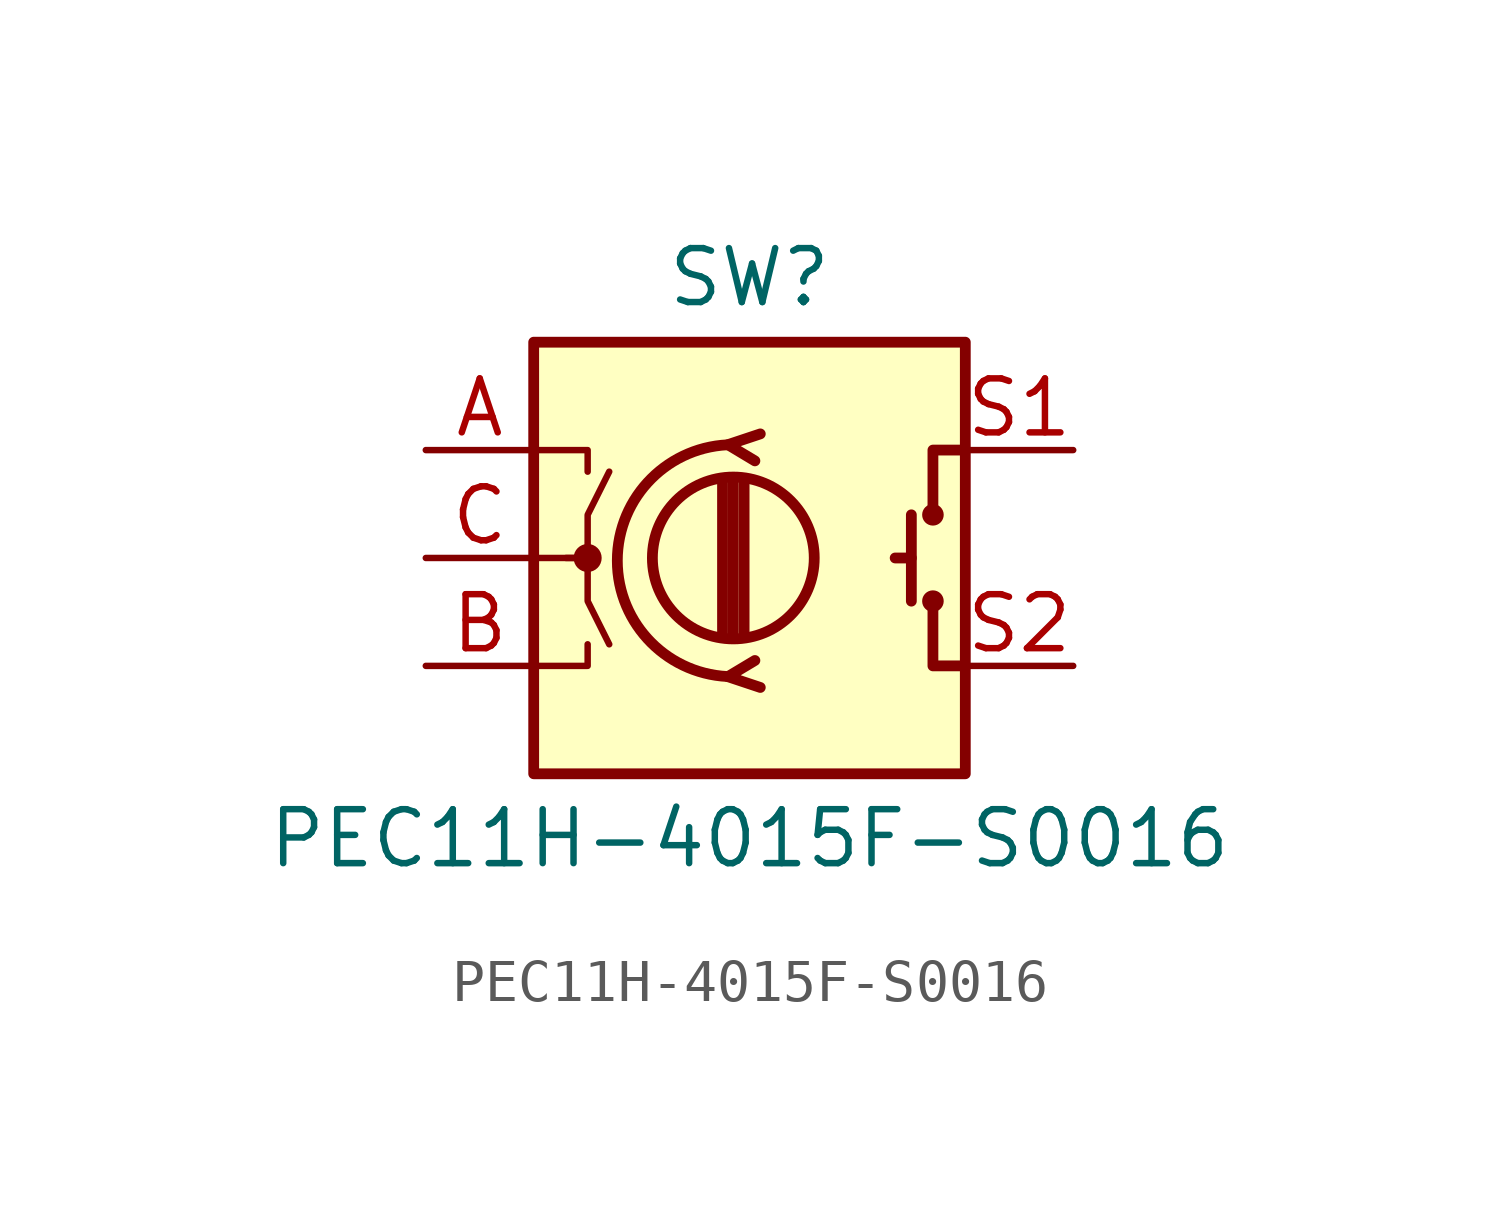
<source format=kicad_sym>
(kicad_symbol_lib
  (version 20220914)
  (generator kicad_symbol_editor)
  (symbol "PEC11H-4015F-S0016"
    (pin_names
      (offset 0.254) hide)
    (property "Reference" "SW"
      (at 0 6.604 0)
      (effects (font (size 1.27 1.27))))
    (property "Value" "PEC11H-4015F-S0016"
      (at 0 -6.604 0)
      (effects (font (size 1.27 1.27))))
    (symbol "PEC11H-4015F-S0016_0_1"
      (rectangle (start -5.08 5.08) (end 5.08 -5.08) (stroke (width 0.254) (type default)) (fill (type background)))
      (circle (center -3.81 0) (radius 0.254) (stroke (width 0) (type default)) (fill (type outline)))
      (circle (center -0.381 0) (radius 1.905) (stroke (width 0.254) (type default)) (fill (type none)))
      (arc (start -0.381 2.667) (mid -3.0988 -0.0635) (end -0.381 -2.794) (stroke (width 0.254) (type default)) (fill (type none)))
      (polyline (pts (xy -0.635 -1.778) (xy -0.635 1.778)) (stroke (width 0.254) (type default)) (fill (type none)))
      (polyline (pts (xy -0.381 -1.778) (xy -0.381 1.778)) (stroke (width 0.254) (type default)) (fill (type none)))
      (polyline (pts (xy -0.127 1.778) (xy -0.127 -1.778)) (stroke (width 0.254) (type default)) (fill (type none)))
      (polyline (pts (xy 3.81 0) (xy 3.429 0)) (stroke (width 0.254) (type default)) (fill (type none)))
      (polyline (pts (xy 3.81 1.016) (xy 3.81 -1.016)) (stroke (width 0.254) (type default)) (fill (type none)))
      (polyline (pts (xy -5.08 -2.54) (xy -3.81 -2.54) (xy -3.81 -2.032)) (stroke (width 0) (type default)) (fill (type none)))
      (polyline (pts (xy -5.08 2.54) (xy -3.81 2.54) (xy -3.81 2.032)) (stroke (width 0) (type default)) (fill (type none)))
      (polyline (pts (xy 0.254 -3.048) (xy -0.508 -2.794) (xy 0.127 -2.413)) (stroke (width 0.254) (type default)) (fill (type none)))
      (polyline (pts (xy 0.254 2.921) (xy -0.508 2.667) (xy 0.127 2.286)) (stroke (width 0.254) (type default)) (fill (type none)))
      (polyline (pts (xy 5.08 -2.54) (xy 4.318 -2.54) (xy 4.318 -1.016)) (stroke (width 0.254) (type default)) (fill (type none)))
      (polyline (pts (xy 5.08 2.54) (xy 4.318 2.54) (xy 4.318 1.016)) (stroke (width 0.254) (type default)) (fill (type none)))
      (polyline (pts (xy -5.08 0) (xy -3.81 0) (xy -3.81 -1.016) (xy -3.302 -2.032)) (stroke (width 0) (type default)) (fill (type none)))
      (polyline (pts (xy -4.318 0) (xy -3.81 0) (xy -3.81 1.016) (xy -3.302 2.032)) (stroke (width 0) (type default)) (fill (type none)))
      (circle (center 4.318 -1.016) (radius 0.127) (stroke (width 0.254) (type default)) (fill (type none)))
      (circle (center 4.318 1.016) (radius 0.127) (stroke (width 0.254) (type default)) (fill (type none))))
    (symbol "PEC11H-4015F-S0016_1_1"
      (pin passive line (at -7.62 2.54 0) (length 2.54) (name "A" (effects (font (size 1.27 1.27)))) (number "A" (effects (font (size 1.27 1.27)))))
      (pin passive line (at -7.62 -2.54 0) (length 2.54) (name "B" (effects (font (size 1.27 1.27)))) (number "B" (effects (font (size 1.27 1.27)))))
      (pin passive line (at -7.62 0 0) (length 2.54) (name "C" (effects (font (size 1.27 1.27)))) (number "C" (effects (font (size 1.27 1.27)))))
      (pin passive line (at 7.62 2.54 180) (length 2.54) (name "S1" (effects (font (size 1.27 1.27)))) (number "S1" (effects (font (size 1.27 1.27)))))
      (pin passive line (at 7.62 -2.54 180) (length 2.54) (name "S2" (effects (font (size 1.27 1.27)))) (number "S2" (effects (font (size 1.27 1.27))))))))
</source>
